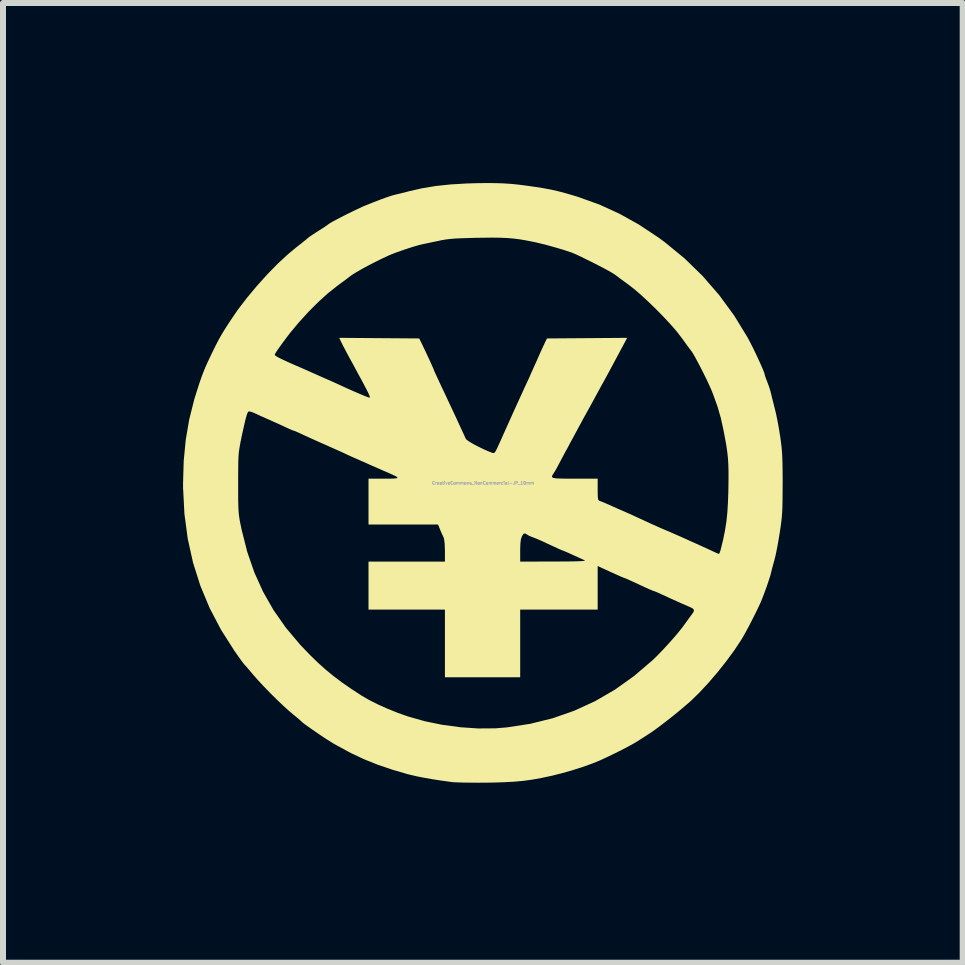
<source format=kicad_pcb>
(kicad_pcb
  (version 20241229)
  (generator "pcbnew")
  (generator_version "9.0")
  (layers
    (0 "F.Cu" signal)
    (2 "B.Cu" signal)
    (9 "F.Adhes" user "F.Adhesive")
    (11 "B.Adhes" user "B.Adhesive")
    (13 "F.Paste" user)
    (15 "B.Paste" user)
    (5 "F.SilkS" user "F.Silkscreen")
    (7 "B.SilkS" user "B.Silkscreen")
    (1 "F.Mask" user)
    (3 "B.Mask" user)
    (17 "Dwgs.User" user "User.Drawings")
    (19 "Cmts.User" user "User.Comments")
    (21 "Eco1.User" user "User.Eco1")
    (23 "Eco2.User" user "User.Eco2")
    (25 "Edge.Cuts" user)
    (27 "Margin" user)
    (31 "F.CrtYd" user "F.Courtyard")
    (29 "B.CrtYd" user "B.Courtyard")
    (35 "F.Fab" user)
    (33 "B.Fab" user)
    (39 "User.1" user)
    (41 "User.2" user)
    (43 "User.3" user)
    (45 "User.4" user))
  (footprint "CreativeCommons_NonCommercial-JP_10mm"
    (layer "F.Cu")
    (at 4.999 4.998)
    (property "Reference" "CreativeCommons_NonCommercial-JP_10mm" (at 0 0 0) (layer "F.Fab") (effects (font (size 0.05 0.05) (thickness 0.013))))
    (attr board_only exclude_from_pos_files exclude_from_bom)
    (fp_poly (pts (xy 0.202 -4.997) (xy 0.332 -4.993) (xy 0.457 -4.985) (xy 0.588 -4.972) (xy 0.735 -4.953) (xy 0.855 -4.936) (xy 1.001 -4.913) (xy 1.13 -4.889) (xy 1.253 -4.861) (xy 1.383 -4.827) (xy 1.53 -4.783) (xy 1.591 -4.764) (xy 1.937 -4.64) (xy 2.27 -4.488) (xy 2.595 -4.307) (xy 2.918 -4.093) (xy 3.03 -4.011) (xy 3.355 -3.744) (xy 3.657 -3.45) (xy 3.934 -3.131) (xy 4.185 -2.788) (xy 4.407 -2.425) (xy 4.419 -2.402) (xy 4.457 -2.33) (xy 4.5 -2.245) (xy 4.545 -2.152) (xy 4.588 -2.059) (xy 4.628 -1.972) (xy 4.66 -1.898) (xy 4.682 -1.843) (xy 4.691 -1.813) (xy 4.691 -1.811) (xy 4.697 -1.787) (xy 4.714 -1.739) (xy 4.737 -1.679) (xy 4.764 -1.606) (xy 4.787 -1.533) (xy 4.799 -1.486) (xy 4.811 -1.434) (xy 4.83 -1.359) (xy 4.851 -1.275) (xy 4.861 -1.236) (xy 4.881 -1.154) (xy 4.903 -1.047) (xy 4.925 -0.929) (xy 4.944 -0.812) (xy 4.949 -0.782) (xy 4.962 -0.689) (xy 4.972 -0.605) (xy 4.98 -0.521) (xy 4.985 -0.431) (xy 4.988 -0.328) (xy 4.99 -0.205) (xy 4.991 -0.056) (xy 4.991 0.009) (xy 4.99 0.165) (xy 4.989 0.292) (xy 4.987 0.397) (xy 4.983 0.486) (xy 4.977 0.567) (xy 4.968 0.647) (xy 4.957 0.733) (xy 4.942 0.832) (xy 4.941 0.836) (xy 4.922 0.951) (xy 4.902 1.063) (xy 4.882 1.164) (xy 4.864 1.244) (xy 4.854 1.282) (xy 4.833 1.358) (xy 4.813 1.431) (xy 4.801 1.482) (xy 4.786 1.54) (xy 4.76 1.621) (xy 4.728 1.717) (xy 4.692 1.816) (xy 4.657 1.909) (xy 4.631 1.973) (xy 4.595 2.052) (xy 4.547 2.152) (xy 4.491 2.263) (xy 4.433 2.376) (xy 4.377 2.481) (xy 4.327 2.569) (xy 4.299 2.616) (xy 4.184 2.789) (xy 4.051 2.97) (xy 3.906 3.153) (xy 3.755 3.329) (xy 3.606 3.489) (xy 3.466 3.626) (xy 3.453 3.638) (xy 3.359 3.719) (xy 3.251 3.81) (xy 3.136 3.903) (xy 3.02 3.993) (xy 2.912 4.075) (xy 2.82 4.142) (xy 2.772 4.174) (xy 2.697 4.222) (xy 2.616 4.274) (xy 2.563 4.308) (xy 2.502 4.344) (xy 2.416 4.391) (xy 2.313 4.445) (xy 2.199 4.502) (xy 2.083 4.558) (xy 1.973 4.609) (xy 1.955 4.618) (xy 1.818 4.674) (xy 1.657 4.731) (xy 1.48 4.788) (xy 1.297 4.839) (xy 1.127 4.881) (xy 0.967 4.915) (xy 0.818 4.942) (xy 0.67 4.962) (xy 0.516 4.976) (xy 0.346 4.985) (xy 0.152 4.991) (xy 0.064 4.992) (xy -0.071 4.993) (xy -0.201 4.992) (xy -0.318 4.991) (xy -0.417 4.988) (xy -0.492 4.985) (xy -0.527 4.981) (xy -0.709 4.956) (xy -0.861 4.932) (xy -0.99 4.909) (xy -1.104 4.887) (xy -1.21 4.862) (xy -1.255 4.851) (xy -1.506 4.778) (xy -1.751 4.695) (xy -1.981 4.603) (xy -2.186 4.507) (xy -2.264 4.466) (xy -2.332 4.428) (xy -2.396 4.394) (xy -2.441 4.37) (xy -2.445 4.367) (xy -2.491 4.342) (xy -2.556 4.301) (xy -2.635 4.251) (xy -2.72 4.194) (xy -2.805 4.136) (xy -2.885 4.08) (xy -2.953 4.032) (xy -3.003 3.994) (xy -3.027 3.972) (xy -3.05 3.951) (xy -3.092 3.915) (xy -3.147 3.87) (xy -3.164 3.856) (xy -3.241 3.791) (xy -3.336 3.704) (xy -3.441 3.604) (xy -3.549 3.497) (xy -3.653 3.389) (xy -3.747 3.289) (xy -3.824 3.201) (xy -3.833 3.191) (xy -3.886 3.128) (xy -3.931 3.075) (xy -3.963 3.039) (xy -3.975 3.027) (xy -3.992 3.006) (xy -4.026 2.961) (xy -4.071 2.898) (xy -4.124 2.823) (xy -4.143 2.796) (xy -4.367 2.444) (xy -4.556 2.083) (xy -4.711 1.711) (xy -4.833 1.326) (xy -4.921 0.928) (xy -4.976 0.516) (xy -4.995 0.148) (xy -4.081 0.148) (xy -4.081 0.267) (xy -4.079 0.361) (xy -4.076 0.438) (xy -4.071 0.504) (xy -4.064 0.565) (xy -4.054 0.627) (xy -4.04 0.697) (xy -4.022 0.782) (xy -4.022 0.782) (xy -3.93 1.146) (xy -3.812 1.488) (xy -3.666 1.811) (xy -3.491 2.118) (xy -3.285 2.412) (xy -3.045 2.697) (xy -2.884 2.865) (xy -2.752 2.993) (xy -2.625 3.107) (xy -2.495 3.214) (xy -2.355 3.32) (xy -2.196 3.43) (xy -2.026 3.541) (xy -1.904 3.612) (xy -1.756 3.687) (xy -1.59 3.761) (xy -1.417 3.831) (xy -1.245 3.891) (xy -0.97 3.969) (xy -0.677 4.029) (xy -0.378 4.069) (xy -0.081 4.089) (xy 0.205 4.087) (xy 0.391 4.072) (xy 0.783 4.012) (xy 1.16 3.919) (xy 1.52 3.793) (xy 1.865 3.635) (xy 2.196 3.443) (xy 2.513 3.217) (xy 2.817 2.958) (xy 2.827 2.949) (xy 2.901 2.877) (xy 2.985 2.79) (xy 3.075 2.693) (xy 3.162 2.596) (xy 3.24 2.505) (xy 3.302 2.428) (xy 3.324 2.4) (xy 3.375 2.33) (xy 3.421 2.266) (xy 3.458 2.216) (xy 3.472 2.197) (xy 3.506 2.149) (xy 3.514 2.117) (xy 3.496 2.092) (xy 3.447 2.066) (xy 3.423 2.056) (xy 3.291 1.999) (xy 3.14 1.931) (xy 2.983 1.859) (xy 2.97 1.853) (xy 2.912 1.826) (xy 2.867 1.807) (xy 2.846 1.8) (xy 2.846 1.8) (xy 2.825 1.793) (xy 2.78 1.774) (xy 2.722 1.748) (xy 2.722 1.748) (xy 2.598 1.691) (xy 2.505 1.648) (xy 2.437 1.617) (xy 2.392 1.597) (xy 2.365 1.585) (xy 2.354 1.582) (xy 2.354 1.582) (xy 2.333 1.574) (xy 2.285 1.554) (xy 2.214 1.522) (xy 2.124 1.482) (xy 2.021 1.434) (xy 2.005 1.427) (xy 1.909 1.382) (xy 1.909 2.109) (xy 0.618 2.109) (xy 0.618 3.236) (xy -0.636 3.236) (xy -0.636 2.109) (xy -1.909 2.109) (xy -1.909 1.309) (xy -0.636 1.309) (xy 0.618 1.309) (xy 1.177 1.308) (xy 1.34 1.307) (xy 1.468 1.306) (xy 1.566 1.304) (xy 1.634 1.301) (xy 1.677 1.298) (xy 1.695 1.293) (xy 1.693 1.287) (xy 1.691 1.286) (xy 1.654 1.27) (xy 1.595 1.243) (xy 1.523 1.21) (xy 1.494 1.197) (xy 1.426 1.166) (xy 1.373 1.143) (xy 1.34 1.129) (xy 1.334 1.127) (xy 1.328 1.126) (xy 1.312 1.119) (xy 1.282 1.106) (xy 1.235 1.085) (xy 1.166 1.053) (xy 1.072 1.01) (xy 0.973 0.964) (xy 0.908 0.935) (xy 0.851 0.912) (xy 0.818 0.9) (xy 0.767 0.879) (xy 0.737 0.861) (xy 0.7 0.84) (xy 0.675 0.845) (xy 0.651 0.88) (xy 0.646 0.89) (xy 0.63 0.937) (xy 0.621 1.01) (xy 0.618 1.114) (xy 0.618 1.126) (xy 0.618 1.309) (xy -0.636 1.309) (xy -0.636 1.129) (xy -0.64 1.014) (xy -0.65 0.933) (xy -0.662 0.897) (xy -0.686 0.847) (xy -0.713 0.785) (xy -0.719 0.768) (xy -0.751 0.691) (xy -1.909 0.691) (xy -1.909 -0.073) (xy -1.651 -0.073) (xy -1.543 -0.073) (xy -1.47 -0.076) (xy -1.432 -0.082) (xy -1.426 -0.093) (xy -1.452 -0.112) (xy -1.509 -0.139) (xy -1.582 -0.172) (xy -1.659 -0.205) (xy -1.738 -0.24) (xy -1.791 -0.263) (xy -1.851 -0.289) (xy -1.929 -0.324) (xy -2.013 -0.361) (xy -2.036 -0.371) (xy -2.115 -0.406) (xy -2.19 -0.439) (xy -2.249 -0.466) (xy -2.264 -0.473) (xy -2.349 -0.513) (xy -2.452 -0.559) (xy -2.554 -0.604) (xy -2.625 -0.636) (xy -2.777 -0.703) (xy -2.961 -0.787) (xy -3.013 -0.811) (xy -3.076 -0.84) (xy -3.126 -0.862) (xy -3.154 -0.872) (xy -3.157 -0.873) (xy -3.179 -0.88) (xy -3.222 -0.899) (xy -3.262 -0.917) (xy -3.318 -0.943) (xy -3.395 -0.979) (xy -3.483 -1.018) (xy -3.545 -1.046) (xy -3.631 -1.084) (xy -3.712 -1.12) (xy -3.779 -1.151) (xy -3.813 -1.167) (xy -3.862 -1.186) (xy -3.899 -1.193) (xy -3.908 -1.192) (xy -3.919 -1.179) (xy -3.931 -1.154) (xy -3.945 -1.11) (xy -3.962 -1.046) (xy -3.983 -0.955) (xy -4.01 -0.834) (xy -4.023 -0.773) (xy -4.04 -0.691) (xy -4.053 -0.622) (xy -4.063 -0.56) (xy -4.071 -0.499) (xy -4.076 -0.432) (xy -4.079 -0.354) (xy -4.08 -0.257) (xy -4.081 -0.135) (xy -4.081 0) (xy -4.081 0.148) (xy -4.995 0.148) (xy -4.999 0.088) (xy -4.999 0) (xy -4.988 -0.371) (xy -4.954 -0.722) (xy -4.896 -1.061) (xy -4.811 -1.399) (xy -4.727 -1.664) (xy -4.692 -1.764) (xy -4.66 -1.849) (xy -4.627 -1.93) (xy -4.589 -2.015) (xy -4.542 -2.114) (xy -4.53 -2.14) (xy -3.472 -2.14) (xy -3.465 -2.127) (xy -3.443 -2.11) (xy -3.401 -2.087) (xy -3.338 -2.056) (xy -3.25 -2.015) (xy -3.134 -1.964) (xy -3 -1.906) (xy -2.932 -1.876) (xy -2.863 -1.845) (xy -2.845 -1.837) (xy -2.795 -1.815) (xy -2.724 -1.783) (xy -2.645 -1.748) (xy -2.618 -1.736) (xy -2.539 -1.702) (xy -2.464 -1.668) (xy -2.405 -1.642) (xy -2.391 -1.635) (xy -2.274 -1.581) (xy -2.164 -1.532) (xy -2.066 -1.49) (xy -1.986 -1.456) (xy -1.927 -1.433) (xy -1.894 -1.422) (xy -1.89 -1.422) (xy -1.886 -1.427) (xy -1.888 -1.441) (xy -1.897 -1.465) (xy -1.914 -1.503) (xy -1.942 -1.558) (xy -1.98 -1.631) (xy -2.031 -1.727) (xy -2.097 -1.848) (xy -2.177 -1.997) (xy -2.219 -2.073) (xy -2.264 -2.156) (xy -2.306 -2.236) (xy -2.341 -2.303) (xy -2.36 -2.341) (xy -2.397 -2.419) (xy -1.064 -2.409) (xy -1.033 -2.345) (xy -1.003 -2.284) (xy -0.968 -2.21) (xy -0.93 -2.129) (xy -0.893 -2.05) (xy -0.861 -1.979) (xy -0.836 -1.923) (xy -0.821 -1.888) (xy -0.818 -1.881) (xy -0.816 -1.873) (xy -0.808 -1.854) (xy -0.793 -1.821) (xy -0.769 -1.77) (xy -0.736 -1.698) (xy -0.691 -1.601) (xy -0.632 -1.478) (xy -0.581 -1.368) (xy -0.484 -1.162) (xy -0.4 -0.98) (xy -0.363 -0.9) (xy -0.332 -0.833) (xy -0.305 -0.774) (xy -0.288 -0.736) (xy -0.287 -0.734) (xy -0.264 -0.713) (xy -0.216 -0.681) (xy -0.15 -0.643) (xy -0.073 -0.603) (xy 0.007 -0.564) (xy 0.084 -0.53) (xy 0.148 -0.505) (xy 0.155 -0.503) (xy 0.17 -0.499) (xy 0.183 -0.501) (xy 0.197 -0.513) (xy 0.214 -0.54) (xy 0.237 -0.586) (xy 0.269 -0.656) (xy 0.313 -0.754) (xy 0.321 -0.773) (xy 0.36 -0.859) (xy 0.406 -0.962) (xy 0.458 -1.077) (xy 0.511 -1.195) (xy 0.564 -1.312) (xy 0.613 -1.419) (xy 0.655 -1.51) (xy 0.686 -1.58) (xy 0.7 -1.609) (xy 0.732 -1.678) (xy 0.769 -1.758) (xy 0.791 -1.809) (xy 0.819 -1.871) (xy 0.856 -1.955) (xy 0.898 -2.047) (xy 0.929 -2.118) (xy 0.966 -2.201) (xy 1 -2.275) (xy 1.027 -2.333) (xy 1.042 -2.364) (xy 1.065 -2.409) (xy 2.4 -2.419) (xy 2.325 -2.277) (xy 2.28 -2.194) (xy 2.23 -2.1) (xy 2.178 -2.003) (xy 2.127 -1.908) (xy 2.08 -1.821) (xy 2.041 -1.749) (xy 2.013 -1.697) (xy 1.999 -1.673) (xy 1.985 -1.648) (xy 1.957 -1.597) (xy 1.919 -1.527) (xy 1.874 -1.445) (xy 1.855 -1.409) (xy 1.808 -1.323) (xy 1.767 -1.248) (xy 1.734 -1.189) (xy 1.714 -1.152) (xy 1.71 -1.145) (xy 1.696 -1.121) (xy 1.668 -1.07) (xy 1.63 -0.999) (xy 1.584 -0.915) (xy 1.552 -0.855) (xy 1.5 -0.758) (xy 1.449 -0.665) (xy 1.406 -0.583) (xy 1.372 -0.522) (xy 1.36 -0.5) (xy 1.323 -0.43) (xy 1.281 -0.351) (xy 1.258 -0.307) (xy 1.225 -0.245) (xy 1.193 -0.19) (xy 1.175 -0.162) (xy 1.156 -0.133) (xy 1.147 -0.112) (xy 1.151 -0.096) (xy 1.172 -0.085) (xy 1.214 -0.078) (xy 1.281 -0.075) (xy 1.376 -0.073) (xy 1.503 -0.073) (xy 1.527 -0.073) (xy 1.909 -0.073) (xy 1.909 0.108) (xy 1.91 0.19) (xy 1.912 0.244) (xy 1.918 0.275) (xy 1.929 0.292) (xy 1.946 0.3) (xy 1.95 0.301) (xy 1.988 0.315) (xy 2.045 0.339) (xy 2.1 0.363) (xy 2.169 0.394) (xy 2.256 0.433) (xy 2.344 0.471) (xy 2.364 0.48) (xy 2.446 0.516) (xy 2.527 0.553) (xy 2.594 0.584) (xy 2.609 0.591) (xy 2.802 0.68) (xy 2.97 0.755) (xy 3.055 0.791) (xy 3.123 0.82) (xy 3.212 0.859) (xy 3.305 0.9) (xy 3.355 0.922) (xy 3.442 0.962) (xy 3.529 1.001) (xy 3.603 1.034) (xy 3.636 1.049) (xy 3.711 1.083) (xy 3.791 1.12) (xy 3.827 1.137) (xy 3.879 1.161) (xy 3.917 1.177) (xy 3.929 1.181) (xy 3.94 1.166) (xy 3.954 1.126) (xy 3.96 1.105) (xy 4 0.941) (xy 4.03 0.792) (xy 4.053 0.648) (xy 4.069 0.499) (xy 4.079 0.336) (xy 4.086 0.149) (xy 4.087 0.094) (xy 4.089 -0.065) (xy 4.089 -0.197) (xy 4.086 -0.309) (xy 4.08 -0.412) (xy 4.069 -0.512) (xy 4.054 -0.619) (xy 4.032 -0.741) (xy 4.007 -0.873) (xy 3.962 -1.079) (xy 3.907 -1.27) (xy 3.837 -1.466) (xy 3.806 -1.545) (xy 3.772 -1.622) (xy 3.729 -1.715) (xy 3.679 -1.816) (xy 3.627 -1.919) (xy 3.576 -2.016) (xy 3.53 -2.101) (xy 3.493 -2.165) (xy 3.47 -2.199) (xy 3.445 -2.232) (xy 3.405 -2.286) (xy 3.355 -2.355) (xy 3.302 -2.427) (xy 3.224 -2.528) (xy 3.123 -2.644) (xy 3.006 -2.77) (xy 2.88 -2.898) (xy 2.751 -3.023) (xy 2.627 -3.138) (xy 2.512 -3.236) (xy 2.427 -3.302) (xy 2.352 -3.357) (xy 2.282 -3.408) (xy 2.227 -3.45) (xy 2.194 -3.474) (xy 2.158 -3.497) (xy 2.096 -3.533) (xy 2.015 -3.577) (xy 1.92 -3.626) (xy 1.82 -3.678) (xy 1.719 -3.727) (xy 1.626 -3.773) (xy 1.547 -3.81) (xy 1.488 -3.835) (xy 1.473 -3.841) (xy 1.337 -3.886) (xy 1.184 -3.931) (xy 1.028 -3.974) (xy 0.886 -4.008) (xy 0.845 -4.017) (xy 0.723 -4.041) (xy 0.613 -4.06) (xy 0.509 -4.073) (xy 0.404 -4.082) (xy 0.288 -4.087) (xy 0.156 -4.089) (xy -0.001 -4.087) (xy -0.097 -4.086) (xy -0.25 -4.082) (xy -0.374 -4.078) (xy -0.473 -4.073) (xy -0.555 -4.066) (xy -0.626 -4.057) (xy -0.692 -4.046) (xy -0.736 -4.036) (xy -0.824 -4.018) (xy -0.908 -4) (xy -0.975 -3.986) (xy -1 -3.981) (xy -1.067 -3.965) (xy -1.157 -3.939) (xy -1.261 -3.906) (xy -1.369 -3.869) (xy -1.47 -3.833) (xy -1.555 -3.799) (xy -1.573 -3.791) (xy -1.681 -3.741) (xy -1.796 -3.684) (xy -1.911 -3.625) (xy -2.018 -3.567) (xy -2.11 -3.514) (xy -2.181 -3.47) (xy -2.216 -3.445) (xy -2.241 -3.425) (xy -2.289 -3.389) (xy -2.354 -3.341) (xy -2.427 -3.287) (xy -2.436 -3.28) (xy -2.586 -3.161) (xy -2.745 -3.017) (xy -2.907 -2.855) (xy -3.065 -2.682) (xy -3.212 -2.506) (xy -3.278 -2.42) (xy -3.341 -2.335) (xy -3.395 -2.26) (xy -3.438 -2.198) (xy -3.464 -2.156) (xy -3.472 -2.14) (xy -4.53 -2.14) (xy -4.496 -2.209) (xy -4.454 -2.294) (xy -4.42 -2.361) (xy -4.388 -2.419) (xy -4.355 -2.477) (xy -4.315 -2.543) (xy -4.263 -2.625) (xy -4.22 -2.691) (xy -4.088 -2.885) (xy -3.935 -3.085) (xy -3.768 -3.285) (xy -3.593 -3.479) (xy -3.417 -3.659) (xy -3.244 -3.818) (xy -3.1 -3.937) (xy -3.033 -3.989) (xy -2.976 -4.035) (xy -2.935 -4.068) (xy -2.918 -4.083) (xy -2.896 -4.101) (xy -2.85 -4.132) (xy -2.788 -4.173) (xy -2.745 -4.2) (xy -2.679 -4.242) (xy -2.625 -4.278) (xy -2.591 -4.302) (xy -2.582 -4.309) (xy -2.561 -4.324) (xy -2.513 -4.352) (xy -2.444 -4.389) (xy -2.362 -4.432) (xy -2.272 -4.478) (xy -2.18 -4.523) (xy -2.092 -4.565) (xy -2.016 -4.601) (xy -1.964 -4.623) (xy -1.825 -4.679) (xy -1.7 -4.727) (xy -1.594 -4.765) (xy -1.512 -4.792) (xy -1.473 -4.802) (xy -1.427 -4.813) (xy -1.358 -4.83) (xy -1.277 -4.85) (xy -1.236 -4.861) (xy -1.018 -4.911) (xy -0.789 -4.949) (xy -0.544 -4.975) (xy -0.274 -4.991) (xy -0.113 -4.996) (xy 0.058 -4.998)) (stroke (width 0) (type solid)) (fill yes) (layer "F.SilkS")))
  (gr_rect
    (start -3 -3)
    (end 12.99 12.991)
    (stroke (width 0.1) (type default))
    (fill no)
    (layer "Edge.Cuts")))
</source>
